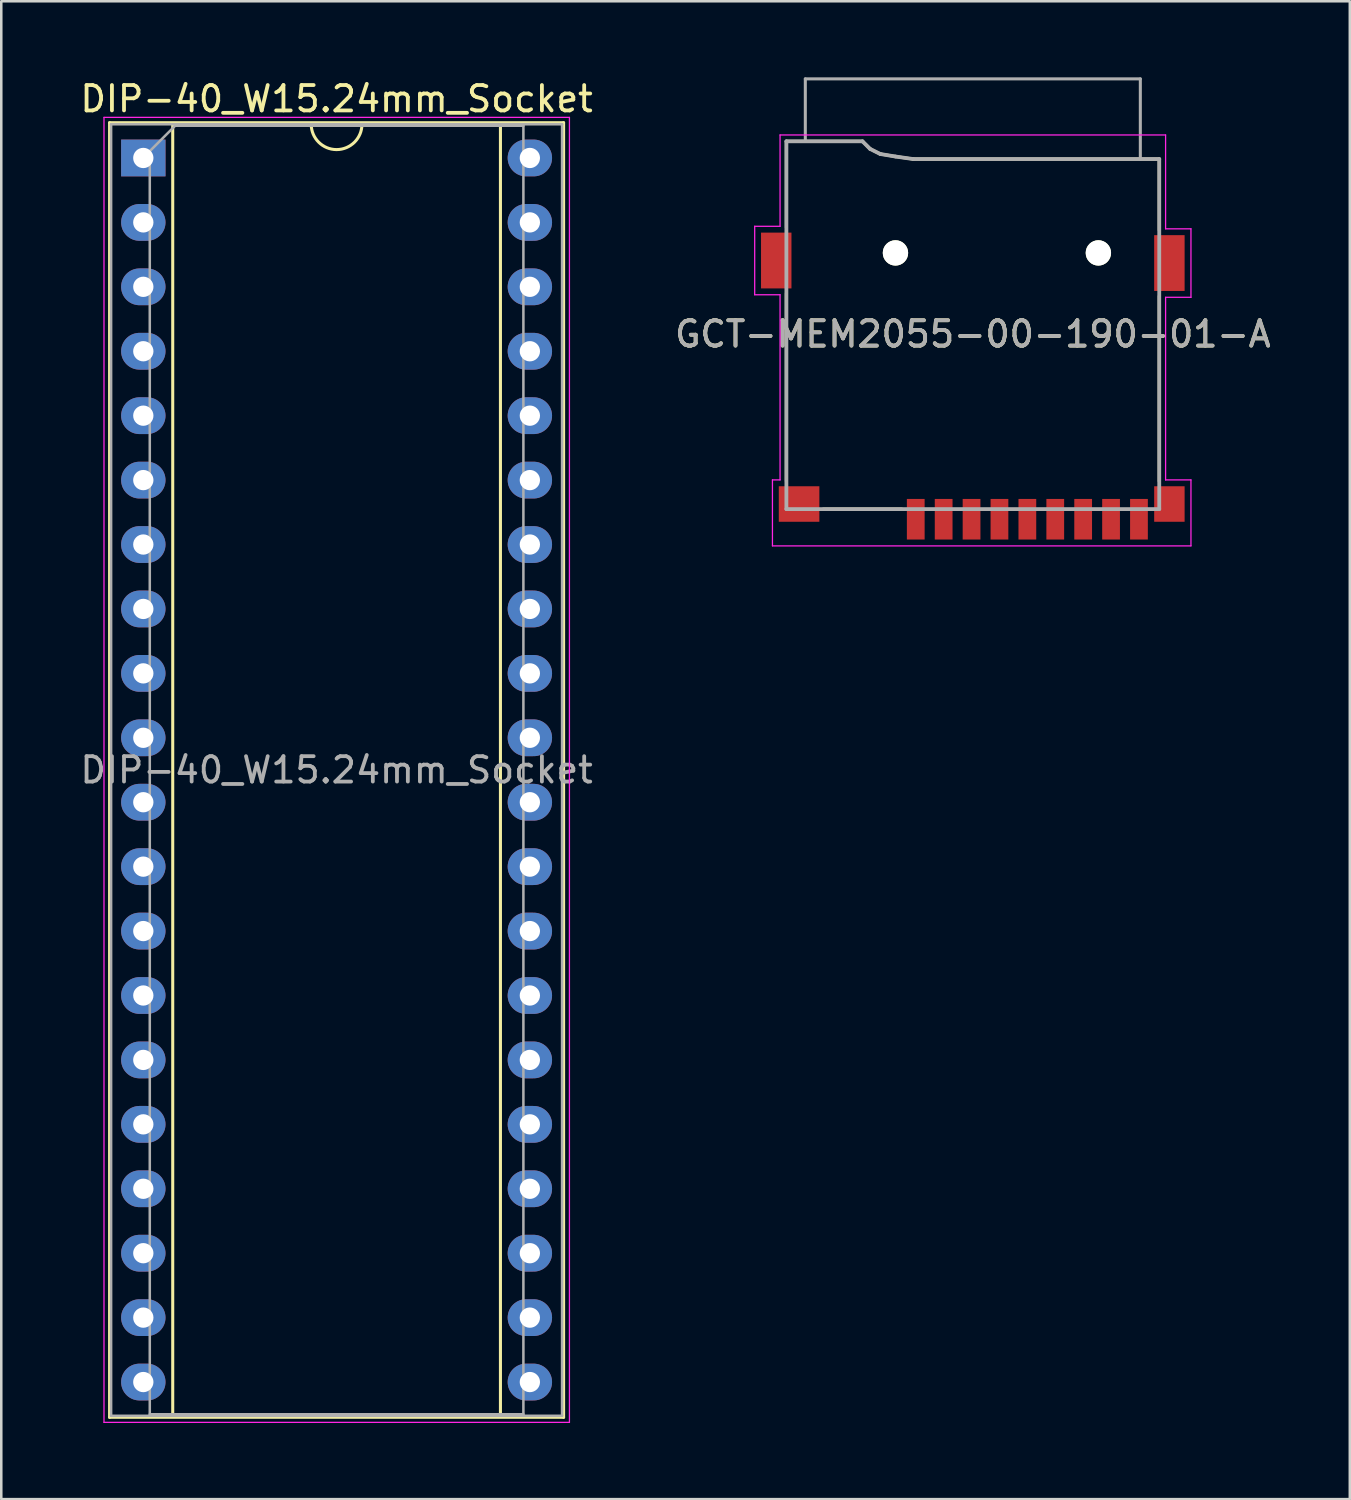
<source format=kicad_pcb>
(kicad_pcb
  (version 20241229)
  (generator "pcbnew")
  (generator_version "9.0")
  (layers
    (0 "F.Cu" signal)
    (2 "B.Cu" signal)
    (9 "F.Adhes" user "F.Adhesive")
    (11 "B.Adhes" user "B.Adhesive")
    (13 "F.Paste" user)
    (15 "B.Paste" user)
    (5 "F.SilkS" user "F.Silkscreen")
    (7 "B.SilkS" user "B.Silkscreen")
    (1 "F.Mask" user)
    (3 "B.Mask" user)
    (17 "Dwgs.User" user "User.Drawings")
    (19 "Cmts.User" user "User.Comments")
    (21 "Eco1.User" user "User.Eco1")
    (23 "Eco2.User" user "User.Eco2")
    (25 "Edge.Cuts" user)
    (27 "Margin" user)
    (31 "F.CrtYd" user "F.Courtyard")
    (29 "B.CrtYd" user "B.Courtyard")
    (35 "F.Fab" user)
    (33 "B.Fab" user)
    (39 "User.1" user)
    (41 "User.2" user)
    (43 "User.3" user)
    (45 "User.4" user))
  (footprint "GCT-MEM2055-00-190-01-A"
    (layer "F.Cu")
    (at 35.304 18.221)
    (property "Reference" "GCT-MEM2055-00-190-01-A" (at 0 -8.1 0) (layer "F.SilkS") (effects (font (size 1 1) (thickness 0.15))))
    (attr smd)
    (fp_line (start -7.35 -15.7) (end -7.35 -12.3) (stroke (width 0.12) (type solid)) (layer "F.SilkS"))
    (fp_line (start -7.35 -9.7) (end -7.35 -2.3) (stroke (width 0.12) (type solid)) (layer "F.SilkS"))
    (fp_line (start -4.35 -15.7) (end -7.35 -15.7) (stroke (width 0.12) (type solid)) (layer "F.SilkS"))
    (fp_line (start -4.05 -15.4) (end -4.35 -15.7) (stroke (width 0.12) (type solid)) (layer "F.SilkS"))
    (fp_line (start -3.65 -15.2) (end -4.05 -15.4) (stroke (width 0.12) (type solid)) (layer "F.SilkS"))
    (fp_line (start -3.05 -15.1) (end -3.65 -15.2) (stroke (width 0.12) (type solid)) (layer "F.SilkS"))
    (fp_line (start -2.8 -1.2) (end -5.9 -1.2) (stroke (width 0.12) (type solid)) (layer "F.SilkS"))
    (fp_line (start -2.35 -15) (end -3.05 -15.1) (stroke (width 0.12) (type solid)) (layer "F.SilkS"))
    (fp_line (start 7.35 -15) (end -2.35 -15) (stroke (width 0.12) (type solid)) (layer "F.SilkS"))
    (fp_line (start 7.35 -12.2) (end 7.35 -15) (stroke (width 0.12) (type solid)) (layer "F.SilkS"))
    (fp_line (start 7.35 -2.3) (end 7.35 -9.6) (stroke (width 0.12) (type solid)) (layer "F.SilkS"))
    (fp_line (start -8.6 -12.35) (end -8.6 -9.65) (stroke (width 0.05) (type solid)) (layer "F.CrtYd"))
    (fp_line (start -8.6 -12.35) (end -7.6 -12.35) (stroke (width 0.05) (type solid)) (layer "F.CrtYd"))
    (fp_line (start -8.6 -9.65) (end -7.6 -9.65) (stroke (width 0.05) (type solid)) (layer "F.CrtYd"))
    (fp_line (start -7.9 -2.35) (end -7.9 0.25) (stroke (width 0.05) (type solid)) (layer "F.CrtYd"))
    (fp_line (start -7.9 0.25) (end 8.6 0.25) (stroke (width 0.05) (type solid)) (layer "F.CrtYd"))
    (fp_line (start -7.6 -15.95) (end 7.6 -15.95) (stroke (width 0.05) (type solid)) (layer "F.CrtYd"))
    (fp_line (start -7.6 -12.35) (end -7.6 -15.95) (stroke (width 0.05) (type solid)) (layer "F.CrtYd"))
    (fp_line (start -7.6 -9.65) (end -7.6 -2.35) (stroke (width 0.05) (type solid)) (layer "F.CrtYd"))
    (fp_line (start -7.6 -2.35) (end -7.9 -2.35) (stroke (width 0.05) (type solid)) (layer "F.CrtYd"))
    (fp_line (start 7.6 -15.95) (end 7.6 -12.25) (stroke (width 0.05) (type solid)) (layer "F.CrtYd"))
    (fp_line (start 7.6 -12.25) (end 8.6 -12.25) (stroke (width 0.05) (type solid)) (layer "F.CrtYd"))
    (fp_line (start 7.6 -9.55) (end 7.6 -2.35) (stroke (width 0.05) (type solid)) (layer "F.CrtYd"))
    (fp_line (start 7.6 -9.55) (end 8.6 -9.55) (stroke (width 0.05) (type solid)) (layer "F.CrtYd"))
    (fp_line (start 7.6 -2.35) (end 8.6 -2.35) (stroke (width 0.05) (type solid)) (layer "F.CrtYd"))
    (fp_line (start 8.6 -12.25) (end 8.6 -9.55) (stroke (width 0.05) (type solid)) (layer "F.CrtYd"))
    (fp_line (start 8.6 -2.35) (end 8.6 0.25) (stroke (width 0.05) (type solid)) (layer "F.CrtYd"))
    (fp_line (start -7.35 -15.7) (end -4.35 -15.7) (stroke (width 0.15) (type solid)) (layer "F.Fab"))
    (fp_line (start -7.35 -1.2) (end -7.35 -15.7) (stroke (width 0.15) (type solid)) (layer "F.Fab"))
    (fp_line (start -6.604 -18.161) (end 6.604 -18.161) (stroke (width 0.12) (type solid)) (layer "F.Fab"))
    (fp_line (start -6.604 -15.748) (end -6.604 -18.161) (stroke (width 0.12) (type solid)) (layer "F.Fab"))
    (fp_line (start -4.05 -15.4) (end -4.35 -15.7) (stroke (width 0.15) (type solid)) (layer "F.Fab"))
    (fp_line (start -3.65 -15.2) (end -4.05 -15.4) (stroke (width 0.15) (type solid)) (layer "F.Fab"))
    (fp_line (start -3.05 -15.1) (end -3.65 -15.2) (stroke (width 0.15) (type solid)) (layer "F.Fab"))
    (fp_line (start -2.35 -15) (end -3.05 -15.1) (stroke (width 0.15) (type solid)) (layer "F.Fab"))
    (fp_line (start 6.604 -18.161) (end 6.604 -14.986) (stroke (width 0.12) (type solid)) (layer "F.Fab"))
    (fp_line (start 7.35 -15) (end -2.35 -15) (stroke (width 0.15) (type solid)) (layer "F.Fab"))
    (fp_line (start 7.35 -15) (end 7.35 -1.2) (stroke (width 0.15) (type solid)) (layer "F.Fab"))
    (fp_line (start 7.35 -1.2) (end -7.35 -1.2) (stroke (width 0.15) (type solid)) (layer "F.Fab"))
    (fp_text user "${REFERENCE}" (at 0 -8.1 0) (layer "F.Fab") (effects (font (size 1 1) (thickness 0.15))))
    (pad "" np_thru_hole circle (at -3.05 -11.3 180) (size 1 1) (drill 1) (layers "*.Cu" "*.Mask" "F.SilkS"))
    (pad "" np_thru_hole circle (at 4.95 -11.3 180) (size 1 1) (drill 1) (layers "*.Cu" "*.Mask" "F.SilkS"))
    (pad "1" smd rect (at -2.25 -0.8) (size 0.7 1.6) (layers "F.Cu" "F.Mask" "F.Paste"))
    (pad "2" smd rect (at -1.15 -0.8) (size 0.7 1.6) (layers "F.Cu" "F.Mask" "F.Paste"))
    (pad "3" smd rect (at -0.05 -0.8) (size 0.7 1.6) (layers "F.Cu" "F.Mask" "F.Paste"))
    (pad "4" smd rect (at 1.05 -0.8) (size 0.7 1.6) (layers "F.Cu" "F.Mask" "F.Paste"))
    (pad "5" smd rect (at 2.15 -0.8) (size 0.7 1.6) (layers "F.Cu" "F.Mask" "F.Paste"))
    (pad "6" smd rect (at 3.25 -0.8) (size 0.7 1.6) (layers "F.Cu" "F.Mask" "F.Paste"))
    (pad "7" smd rect (at 4.35 -0.8) (size 0.7 1.6) (layers "F.Cu" "F.Mask" "F.Paste"))
    (pad "8" smd rect (at 5.45 -0.8) (size 0.7 1.6) (layers "F.Cu" "F.Mask" "F.Paste"))
    (pad "9" smd rect (at 6.55 -0.8) (size 0.7 1.6) (layers "F.Cu" "F.Mask" "F.Paste"))
    (pad "10" smd rect (at 7.75 -1.4) (size 1.2 1.4) (layers "F.Cu" "F.Mask" "F.Paste"))
    (pad "11" smd rect (at -7.75 -11 180) (size 1.2 2.2) (layers "F.Cu" "F.Mask" "F.Paste"))
    (pad "11" smd rect (at -6.85 -1.4) (size 1.6 1.4) (layers "F.Cu" "F.Mask" "F.Paste"))
    (pad "11" smd rect (at 7.75 -10.9 180) (size 1.2 2.2) (layers "F.Cu" "F.Mask" "F.Paste")))
  (footprint "DIP-40_W15.24mm_Socket"
    (layer "F.Cu")
    (at 2.6 3.178)
    (property "Reference" "DIP-40_W15.24mm_Socket" (at 7.62 -2.33 0) (layer "F.SilkS") (effects (font (size 1 1) (thickness 0.15))))
    (attr through_hole)
    (fp_line (start -1.33 -1.39) (end -1.33 49.65) (stroke (width 0.12) (type solid)) (layer "F.SilkS"))
    (fp_line (start -1.33 49.65) (end 16.57 49.65) (stroke (width 0.12) (type solid)) (layer "F.SilkS"))
    (fp_line (start 1.16 -1.33) (end 1.16 49.59) (stroke (width 0.12) (type solid)) (layer "F.SilkS"))
    (fp_line (start 1.16 49.59) (end 14.08 49.59) (stroke (width 0.12) (type solid)) (layer "F.SilkS"))
    (fp_line (start 6.62 -1.33) (end 1.16 -1.33) (stroke (width 0.12) (type solid)) (layer "F.SilkS"))
    (fp_line (start 14.08 -1.33) (end 8.62 -1.33) (stroke (width 0.12) (type solid)) (layer "F.SilkS"))
    (fp_line (start 14.08 49.59) (end 14.08 -1.33) (stroke (width 0.12) (type solid)) (layer "F.SilkS"))
    (fp_line (start 16.57 -1.39) (end -1.33 -1.39) (stroke (width 0.12) (type solid)) (layer "F.SilkS"))
    (fp_line (start 16.57 49.65) (end 16.57 -1.39) (stroke (width 0.12) (type solid)) (layer "F.SilkS"))
    (fp_arc (start 8.62 -1.33) (mid 7.62 -0.33) (end 6.62 -1.33) (stroke (width 0.12) (type solid)) (layer "F.SilkS"))
    (fp_line (start -1.55 -1.6) (end -1.55 49.85) (stroke (width 0.05) (type solid)) (layer "F.CrtYd"))
    (fp_line (start -1.55 49.85) (end 16.8 49.85) (stroke (width 0.05) (type solid)) (layer "F.CrtYd"))
    (fp_line (start 16.8 -1.6) (end -1.55 -1.6) (stroke (width 0.05) (type solid)) (layer "F.CrtYd"))
    (fp_line (start 16.8 49.85) (end 16.8 -1.6) (stroke (width 0.05) (type solid)) (layer "F.CrtYd"))
    (fp_line (start -1.27 -1.33) (end -1.27 49.59) (stroke (width 0.1) (type solid)) (layer "F.Fab"))
    (fp_line (start -1.27 49.59) (end 16.51 49.59) (stroke (width 0.1) (type solid)) (layer "F.Fab"))
    (fp_line (start 0.255 -0.27) (end 1.255 -1.27) (stroke (width 0.1) (type solid)) (layer "F.Fab"))
    (fp_line (start 0.255 49.53) (end 0.255 -0.27) (stroke (width 0.1) (type solid)) (layer "F.Fab"))
    (fp_line (start 1.255 -1.27) (end 14.985 -1.27) (stroke (width 0.1) (type solid)) (layer "F.Fab"))
    (fp_line (start 14.985 -1.27) (end 14.985 49.53) (stroke (width 0.1) (type solid)) (layer "F.Fab"))
    (fp_line (start 14.985 49.53) (end 0.255 49.53) (stroke (width 0.1) (type solid)) (layer "F.Fab"))
    (fp_line (start 16.51 -1.33) (end -1.27 -1.33) (stroke (width 0.1) (type solid)) (layer "F.Fab"))
    (fp_line (start 16.51 49.59) (end 16.51 -1.33) (stroke (width 0.1) (type solid)) (layer "F.Fab"))
    (fp_text user "${REFERENCE}" (at 7.62 24.13 0) (layer "F.Fab") (effects (font (size 1 1) (thickness 0.15))))
    (pad "1" thru_hole rect (at 0 0) (size 1.75 1.45) (drill 0.8) (layers "*.Cu" "*.Mask"))
    (pad "2" thru_hole oval (at 0 2.54) (size 1.75 1.45) (drill 0.8) (layers "*.Cu" "*.Mask"))
    (pad "3" thru_hole oval (at 0 5.08) (size 1.75 1.45) (drill 0.8) (layers "*.Cu" "*.Mask"))
    (pad "4" thru_hole oval (at 0 7.62) (size 1.75 1.45) (drill 0.8) (layers "*.Cu" "*.Mask"))
    (pad "5" thru_hole oval (at 0 10.16) (size 1.75 1.45) (drill 0.8) (layers "*.Cu" "*.Mask"))
    (pad "6" thru_hole oval (at 0 12.7) (size 1.75 1.45) (drill 0.8) (layers "*.Cu" "*.Mask"))
    (pad "7" thru_hole oval (at 0 15.24) (size 1.75 1.45) (drill 0.8) (layers "*.Cu" "*.Mask"))
    (pad "8" thru_hole oval (at 0 17.78) (size 1.75 1.45) (drill 0.8) (layers "*.Cu" "*.Mask"))
    (pad "9" thru_hole oval (at 0 20.32) (size 1.75 1.45) (drill 0.8) (layers "*.Cu" "*.Mask"))
    (pad "10" thru_hole oval (at 0 22.86) (size 1.75 1.45) (drill 0.8) (layers "*.Cu" "*.Mask"))
    (pad "11" thru_hole oval (at 0 25.4) (size 1.75 1.45) (drill 0.8) (layers "*.Cu" "*.Mask"))
    (pad "12" thru_hole oval (at 0 27.94) (size 1.75 1.45) (drill 0.8) (layers "*.Cu" "*.Mask"))
    (pad "13" thru_hole oval (at 0 30.48) (size 1.75 1.45) (drill 0.8) (layers "*.Cu" "*.Mask"))
    (pad "14" thru_hole oval (at 0 33.02) (size 1.75 1.45) (drill 0.8) (layers "*.Cu" "*.Mask"))
    (pad "15" thru_hole oval (at 0 35.56) (size 1.75 1.45) (drill 0.8) (layers "*.Cu" "*.Mask"))
    (pad "16" thru_hole oval (at 0 38.1) (size 1.75 1.45) (drill 0.8) (layers "*.Cu" "*.Mask"))
    (pad "17" thru_hole oval (at 0 40.64) (size 1.75 1.45) (drill 0.8) (layers "*.Cu" "*.Mask"))
    (pad "18" thru_hole oval (at 0 43.18) (size 1.75 1.45) (drill 0.8) (layers "*.Cu" "*.Mask"))
    (pad "19" thru_hole oval (at 0 45.72) (size 1.75 1.45) (drill 0.8) (layers "*.Cu" "*.Mask"))
    (pad "20" thru_hole oval (at 0 48.26) (size 1.75 1.45) (drill 0.8) (layers "*.Cu" "*.Mask"))
    (pad "21" thru_hole oval (at 15.24 48.26) (size 1.75 1.45) (drill 0.8) (layers "*.Cu" "*.Mask"))
    (pad "22" thru_hole oval (at 15.24 45.72) (size 1.75 1.45) (drill 0.8) (layers "*.Cu" "*.Mask"))
    (pad "23" thru_hole oval (at 15.24 43.18) (size 1.75 1.45) (drill 0.8) (layers "*.Cu" "*.Mask"))
    (pad "24" thru_hole oval (at 15.24 40.64) (size 1.75 1.45) (drill 0.8) (layers "*.Cu" "*.Mask"))
    (pad "25" thru_hole oval (at 15.24 38.1) (size 1.75 1.45) (drill 0.8) (layers "*.Cu" "*.Mask"))
    (pad "26" thru_hole oval (at 15.24 35.56) (size 1.75 1.45) (drill 0.8) (layers "*.Cu" "*.Mask"))
    (pad "27" thru_hole oval (at 15.24 33.02) (size 1.75 1.45) (drill 0.8) (layers "*.Cu" "*.Mask"))
    (pad "28" thru_hole oval (at 15.24 30.48) (size 1.75 1.45) (drill 0.8) (layers "*.Cu" "*.Mask"))
    (pad "29" thru_hole oval (at 15.24 27.94) (size 1.75 1.45) (drill 0.8) (layers "*.Cu" "*.Mask"))
    (pad "30" thru_hole oval (at 15.24 25.4) (size 1.75 1.45) (drill 0.8) (layers "*.Cu" "*.Mask"))
    (pad "31" thru_hole oval (at 15.24 22.86) (size 1.75 1.45) (drill 0.8) (layers "*.Cu" "*.Mask"))
    (pad "32" thru_hole oval (at 15.24 20.32) (size 1.75 1.45) (drill 0.8) (layers "*.Cu" "*.Mask"))
    (pad "33" thru_hole oval (at 15.24 17.78) (size 1.75 1.45) (drill 0.8) (layers "*.Cu" "*.Mask"))
    (pad "34" thru_hole oval (at 15.24 15.24) (size 1.75 1.45) (drill 0.8) (layers "*.Cu" "*.Mask"))
    (pad "35" thru_hole oval (at 15.24 12.7) (size 1.75 1.45) (drill 0.8) (layers "*.Cu" "*.Mask"))
    (pad "36" thru_hole oval (at 15.24 10.16) (size 1.75 1.45) (drill 0.8) (layers "*.Cu" "*.Mask"))
    (pad "37" thru_hole oval (at 15.24 7.62) (size 1.75 1.45) (drill 0.8) (layers "*.Cu" "*.Mask"))
    (pad "38" thru_hole oval (at 15.24 5.08) (size 1.75 1.45) (drill 0.8) (layers "*.Cu" "*.Mask"))
    (pad "39" thru_hole oval (at 15.24 2.54) (size 1.75 1.45) (drill 0.8) (layers "*.Cu" "*.Mask"))
    (pad "40" thru_hole oval (at 15.24 0) (size 1.75 1.45) (drill 0.8) (layers "*.Cu" "*.Mask")))
  (gr_rect
    (start -3 -3)
    (end 50.167 56.053)
    (stroke (width 0.1) (type default))
    (fill no)
    (layer "Edge.Cuts")))
</source>
